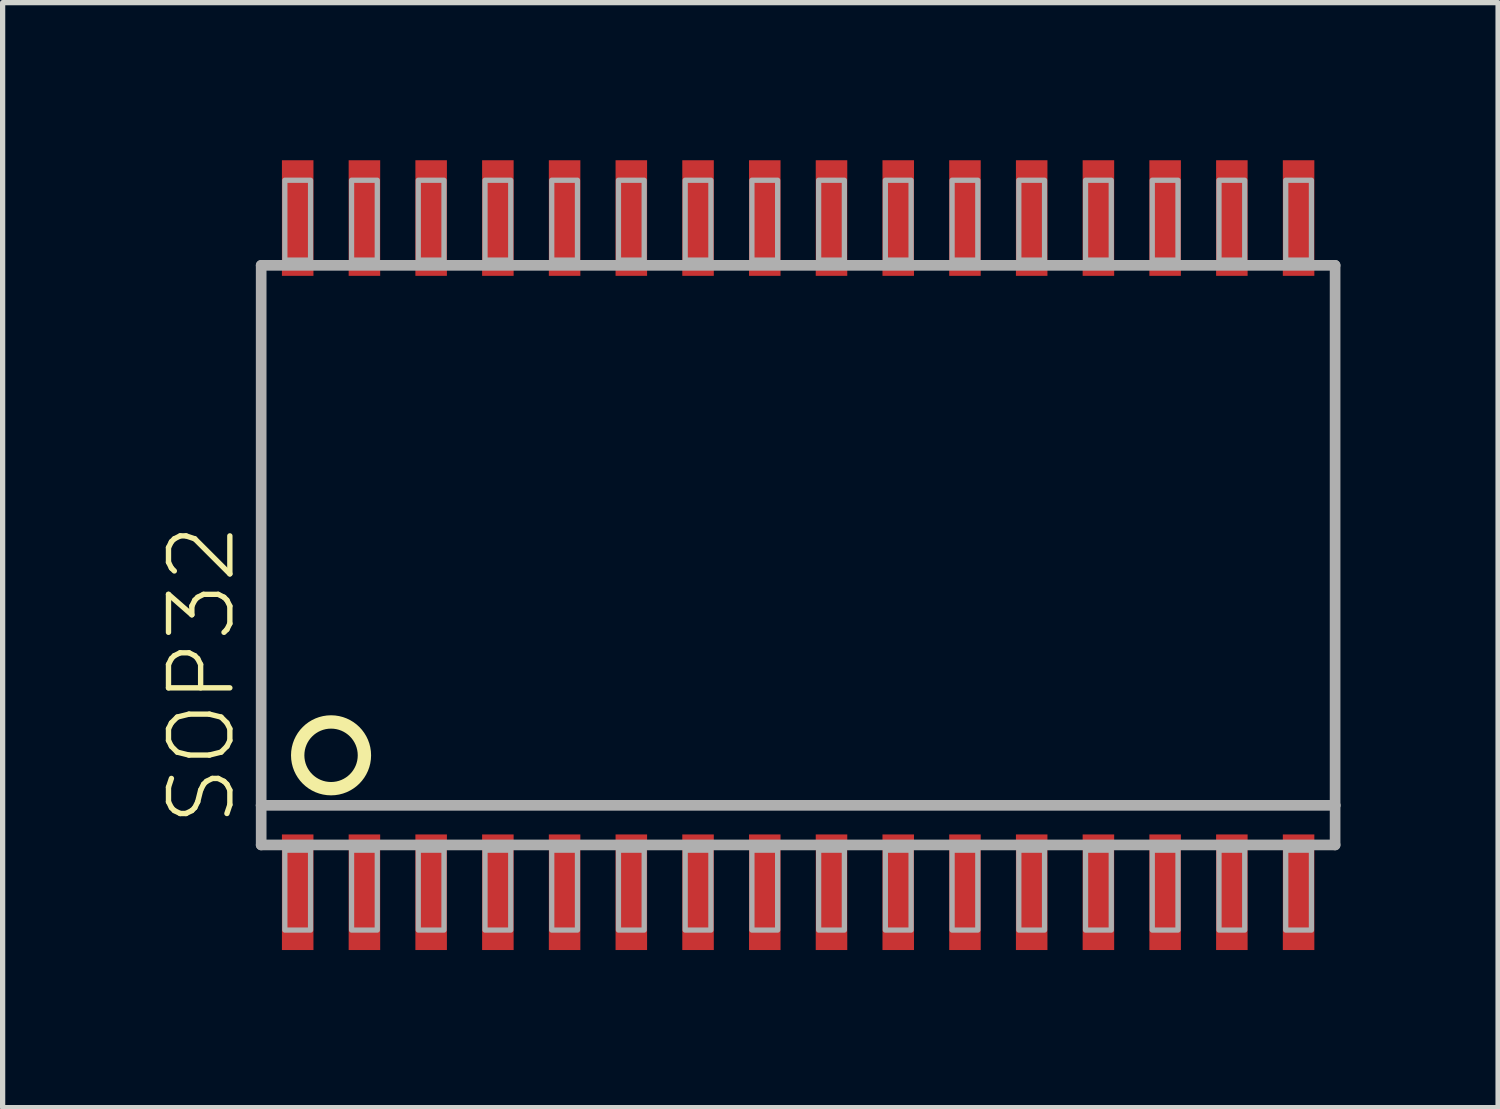
<source format=kicad_pcb>
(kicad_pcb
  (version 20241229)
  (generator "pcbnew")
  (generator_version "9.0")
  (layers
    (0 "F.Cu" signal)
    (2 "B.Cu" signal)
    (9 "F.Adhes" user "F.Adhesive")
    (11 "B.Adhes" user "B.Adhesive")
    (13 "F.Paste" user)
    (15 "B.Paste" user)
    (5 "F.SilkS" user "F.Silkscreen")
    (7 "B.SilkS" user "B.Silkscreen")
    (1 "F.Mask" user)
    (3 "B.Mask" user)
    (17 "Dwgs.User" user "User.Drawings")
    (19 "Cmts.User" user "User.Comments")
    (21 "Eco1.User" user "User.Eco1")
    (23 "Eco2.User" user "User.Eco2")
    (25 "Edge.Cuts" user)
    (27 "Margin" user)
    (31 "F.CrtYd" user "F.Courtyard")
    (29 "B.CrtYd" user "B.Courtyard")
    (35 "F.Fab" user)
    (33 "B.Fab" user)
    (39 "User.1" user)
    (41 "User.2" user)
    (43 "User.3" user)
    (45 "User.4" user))
  (footprint "SOP32"
    (layer "F.Cu")
    (at 11.506 7.516)
    (property "Reference" "SOP32" (at -10.033 5.207 90) (layer "F.SilkS") (effects (font (size 1.168 1.168) (thickness 0.102)) (justify left bottom)))
    (fp_circle (center -8.255 3.81) (end -7.62 3.81) (stroke (width 0.254) (type solid)) (fill no) (layer "F.SilkS"))
    (fp_line (start -9.585 -5.516) (end 10.855 -5.516) (stroke (width 0.203) (type solid)) (layer "F.Fab"))
    (fp_line (start -9.585 4.762) (end -9.585 -5.516) (stroke (width 0.203) (type solid)) (layer "F.Fab"))
    (fp_line (start -9.585 5.516) (end -9.585 4.762) (stroke (width 0.203) (type solid)) (layer "F.Fab"))
    (fp_line (start 10.855 -5.516) (end 10.855 4.762) (stroke (width 0.203) (type solid)) (layer "F.Fab"))
    (fp_line (start 10.855 4.762) (end -9.585 4.762) (stroke (width 0.203) (type solid)) (layer "F.Fab"))
    (fp_line (start 10.855 4.762) (end 10.855 5.516) (stroke (width 0.203) (type solid)) (layer "F.Fab"))
    (fp_line (start 10.855 5.516) (end -9.585 5.516) (stroke (width 0.203) (type solid)) (layer "F.Fab"))
    (fp_poly (pts (xy -9.135 -5.616) (xy -8.645 -5.616) (xy -8.645 -7.136) (xy -9.135 -7.136)) (stroke (width 0.1) (type default)) (fill no) (layer "F.Fab"))
    (fp_poly (pts (xy -9.135 7.136) (xy -8.645 7.136) (xy -8.645 5.616) (xy -9.135 5.616)) (stroke (width 0.1) (type default)) (fill no) (layer "F.Fab"))
    (fp_poly (pts (xy -7.865 -5.616) (xy -7.375 -5.616) (xy -7.375 -7.136) (xy -7.865 -7.136)) (stroke (width 0.1) (type default)) (fill no) (layer "F.Fab"))
    (fp_poly (pts (xy -7.865 7.136) (xy -7.375 7.136) (xy -7.375 5.616) (xy -7.865 5.616)) (stroke (width 0.1) (type default)) (fill no) (layer "F.Fab"))
    (fp_poly (pts (xy -6.595 -5.616) (xy -6.105 -5.616) (xy -6.105 -7.136) (xy -6.595 -7.136)) (stroke (width 0.1) (type default)) (fill no) (layer "F.Fab"))
    (fp_poly (pts (xy -6.595 7.136) (xy -6.105 7.136) (xy -6.105 5.616) (xy -6.595 5.616)) (stroke (width 0.1) (type default)) (fill no) (layer "F.Fab"))
    (fp_poly (pts (xy -5.325 -5.616) (xy -4.835 -5.616) (xy -4.835 -7.136) (xy -5.325 -7.136)) (stroke (width 0.1) (type default)) (fill no) (layer "F.Fab"))
    (fp_poly (pts (xy -5.325 7.136) (xy -4.835 7.136) (xy -4.835 5.616) (xy -5.325 5.616)) (stroke (width 0.1) (type default)) (fill no) (layer "F.Fab"))
    (fp_poly (pts (xy -4.055 -5.616) (xy -3.565 -5.616) (xy -3.565 -7.136) (xy -4.055 -7.136)) (stroke (width 0.1) (type default)) (fill no) (layer "F.Fab"))
    (fp_poly (pts (xy -4.055 7.136) (xy -3.565 7.136) (xy -3.565 5.616) (xy -4.055 5.616)) (stroke (width 0.1) (type default)) (fill no) (layer "F.Fab"))
    (fp_poly (pts (xy -2.785 -5.616) (xy -2.295 -5.616) (xy -2.295 -7.136) (xy -2.785 -7.136)) (stroke (width 0.1) (type default)) (fill no) (layer "F.Fab"))
    (fp_poly (pts (xy -2.785 7.136) (xy -2.295 7.136) (xy -2.295 5.616) (xy -2.785 5.616)) (stroke (width 0.1) (type default)) (fill no) (layer "F.Fab"))
    (fp_poly (pts (xy -1.515 -5.616) (xy -1.025 -5.616) (xy -1.025 -7.136) (xy -1.515 -7.136)) (stroke (width 0.1) (type default)) (fill no) (layer "F.Fab"))
    (fp_poly (pts (xy -1.515 7.136) (xy -1.025 7.136) (xy -1.025 5.616) (xy -1.515 5.616)) (stroke (width 0.1) (type default)) (fill no) (layer "F.Fab"))
    (fp_poly (pts (xy -0.245 -5.616) (xy 0.245 -5.616) (xy 0.245 -7.136) (xy -0.245 -7.136)) (stroke (width 0.1) (type default)) (fill no) (layer "F.Fab"))
    (fp_poly (pts (xy -0.245 7.136) (xy 0.245 7.136) (xy 0.245 5.616) (xy -0.245 5.616)) (stroke (width 0.1) (type default)) (fill no) (layer "F.Fab"))
    (fp_poly (pts (xy 1.025 -5.616) (xy 1.515 -5.616) (xy 1.515 -7.136) (xy 1.025 -7.136)) (stroke (width 0.1) (type default)) (fill no) (layer "F.Fab"))
    (fp_poly (pts (xy 1.025 7.136) (xy 1.515 7.136) (xy 1.515 5.616) (xy 1.025 5.616)) (stroke (width 0.1) (type default)) (fill no) (layer "F.Fab"))
    (fp_poly (pts (xy 2.295 -5.616) (xy 2.785 -5.616) (xy 2.785 -7.136) (xy 2.295 -7.136)) (stroke (width 0.1) (type default)) (fill no) (layer "F.Fab"))
    (fp_poly (pts (xy 2.295 7.136) (xy 2.785 7.136) (xy 2.785 5.616) (xy 2.295 5.616)) (stroke (width 0.1) (type default)) (fill no) (layer "F.Fab"))
    (fp_poly (pts (xy 3.565 -5.616) (xy 4.055 -5.616) (xy 4.055 -7.136) (xy 3.565 -7.136)) (stroke (width 0.1) (type default)) (fill no) (layer "F.Fab"))
    (fp_poly (pts (xy 3.565 7.136) (xy 4.055 7.136) (xy 4.055 5.616) (xy 3.565 5.616)) (stroke (width 0.1) (type default)) (fill no) (layer "F.Fab"))
    (fp_poly (pts (xy 4.835 -5.616) (xy 5.325 -5.616) (xy 5.325 -7.136) (xy 4.835 -7.136)) (stroke (width 0.1) (type default)) (fill no) (layer "F.Fab"))
    (fp_poly (pts (xy 4.835 7.136) (xy 5.325 7.136) (xy 5.325 5.616) (xy 4.835 5.616)) (stroke (width 0.1) (type default)) (fill no) (layer "F.Fab"))
    (fp_poly (pts (xy 6.105 -5.616) (xy 6.595 -5.616) (xy 6.595 -7.136) (xy 6.105 -7.136)) (stroke (width 0.1) (type default)) (fill no) (layer "F.Fab"))
    (fp_poly (pts (xy 6.105 7.136) (xy 6.595 7.136) (xy 6.595 5.616) (xy 6.105 5.616)) (stroke (width 0.1) (type default)) (fill no) (layer "F.Fab"))
    (fp_poly (pts (xy 7.375 -5.616) (xy 7.865 -5.616) (xy 7.865 -7.136) (xy 7.375 -7.136)) (stroke (width 0.1) (type default)) (fill no) (layer "F.Fab"))
    (fp_poly (pts (xy 7.375 7.136) (xy 7.865 7.136) (xy 7.865 5.616) (xy 7.375 5.616)) (stroke (width 0.1) (type default)) (fill no) (layer "F.Fab"))
    (fp_poly (pts (xy 8.645 -5.616) (xy 9.135 -5.616) (xy 9.135 -7.136) (xy 8.645 -7.136)) (stroke (width 0.1) (type default)) (fill no) (layer "F.Fab"))
    (fp_poly (pts (xy 8.645 7.136) (xy 9.135 7.136) (xy 9.135 5.616) (xy 8.645 5.616)) (stroke (width 0.1) (type default)) (fill no) (layer "F.Fab"))
    (fp_poly (pts (xy 9.915 -5.616) (xy 10.405 -5.616) (xy 10.405 -7.136) (xy 9.915 -7.136)) (stroke (width 0.1) (type default)) (fill no) (layer "F.Fab"))
    (fp_poly (pts (xy 9.915 7.136) (xy 10.405 7.136) (xy 10.405 5.616) (xy 9.915 5.616)) (stroke (width 0.1) (type default)) (fill no) (layer "F.Fab"))
    (pad "1" smd rect (at -8.89 6.416) (size 0.6 2.2) (layers "F.Cu" "F.Mask" "F.Paste"))
    (pad "2" smd rect (at -7.62 6.416) (size 0.6 2.2) (layers "F.Cu" "F.Mask" "F.Paste"))
    (pad "3" smd rect (at -6.35 6.416) (size 0.6 2.2) (layers "F.Cu" "F.Mask" "F.Paste"))
    (pad "4" smd rect (at -5.08 6.416) (size 0.6 2.2) (layers "F.Cu" "F.Mask" "F.Paste"))
    (pad "5" smd rect (at -3.81 6.416) (size 0.6 2.2) (layers "F.Cu" "F.Mask" "F.Paste"))
    (pad "6" smd rect (at -2.54 6.416) (size 0.6 2.2) (layers "F.Cu" "F.Mask" "F.Paste"))
    (pad "7" smd rect (at -1.27 6.416) (size 0.6 2.2) (layers "F.Cu" "F.Mask" "F.Paste"))
    (pad "8" smd rect (at 0 6.416) (size 0.6 2.2) (layers "F.Cu" "F.Mask" "F.Paste"))
    (pad "9" smd rect (at 1.27 6.416) (size 0.6 2.2) (layers "F.Cu" "F.Mask" "F.Paste"))
    (pad "10" smd rect (at 2.54 6.416) (size 0.6 2.2) (layers "F.Cu" "F.Mask" "F.Paste"))
    (pad "11" smd rect (at 3.81 6.416) (size 0.6 2.2) (layers "F.Cu" "F.Mask" "F.Paste"))
    (pad "12" smd rect (at 5.08 6.416) (size 0.6 2.2) (layers "F.Cu" "F.Mask" "F.Paste"))
    (pad "13" smd rect (at 6.35 6.416) (size 0.6 2.2) (layers "F.Cu" "F.Mask" "F.Paste"))
    (pad "14" smd rect (at 7.62 6.416) (size 0.6 2.2) (layers "F.Cu" "F.Mask" "F.Paste"))
    (pad "15" smd rect (at 8.89 6.416) (size 0.6 2.2) (layers "F.Cu" "F.Mask" "F.Paste"))
    (pad "16" smd rect (at 10.16 6.416) (size 0.6 2.2) (layers "F.Cu" "F.Mask" "F.Paste"))
    (pad "17" smd rect (at 10.16 -6.416) (size 0.6 2.2) (layers "F.Cu" "F.Mask" "F.Paste"))
    (pad "18" smd rect (at 8.89 -6.416) (size 0.6 2.2) (layers "F.Cu" "F.Mask" "F.Paste"))
    (pad "19" smd rect (at 7.62 -6.416) (size 0.6 2.2) (layers "F.Cu" "F.Mask" "F.Paste"))
    (pad "20" smd rect (at 6.35 -6.416) (size 0.6 2.2) (layers "F.Cu" "F.Mask" "F.Paste"))
    (pad "21" smd rect (at 5.08 -6.416) (size 0.6 2.2) (layers "F.Cu" "F.Mask" "F.Paste"))
    (pad "22" smd rect (at 3.81 -6.416) (size 0.6 2.2) (layers "F.Cu" "F.Mask" "F.Paste"))
    (pad "23" smd rect (at 2.54 -6.416) (size 0.6 2.2) (layers "F.Cu" "F.Mask" "F.Paste"))
    (pad "24" smd rect (at 1.27 -6.416) (size 0.6 2.2) (layers "F.Cu" "F.Mask" "F.Paste"))
    (pad "25" smd rect (at 0 -6.416) (size 0.6 2.2) (layers "F.Cu" "F.Mask" "F.Paste"))
    (pad "26" smd rect (at -1.27 -6.416) (size 0.6 2.2) (layers "F.Cu" "F.Mask" "F.Paste"))
    (pad "27" smd rect (at -2.54 -6.416) (size 0.6 2.2) (layers "F.Cu" "F.Mask" "F.Paste"))
    (pad "28" smd rect (at -3.81 -6.416) (size 0.6 2.2) (layers "F.Cu" "F.Mask" "F.Paste"))
    (pad "29" smd rect (at -5.08 -6.416) (size 0.6 2.2) (layers "F.Cu" "F.Mask" "F.Paste"))
    (pad "30" smd rect (at -6.35 -6.416) (size 0.6 2.2) (layers "F.Cu" "F.Mask" "F.Paste"))
    (pad "31" smd rect (at -7.62 -6.416) (size 0.6 2.2) (layers "F.Cu" "F.Mask" "F.Paste"))
    (pad "32" smd rect (at -8.89 -6.416) (size 0.6 2.2) (layers "F.Cu" "F.Mask" "F.Paste")))
  (gr_rect
    (start -3 -3)
    (end 25.463 18.032)
    (stroke (width 0.1) (type default))
    (fill no)
    (layer "Edge.Cuts")))
</source>
